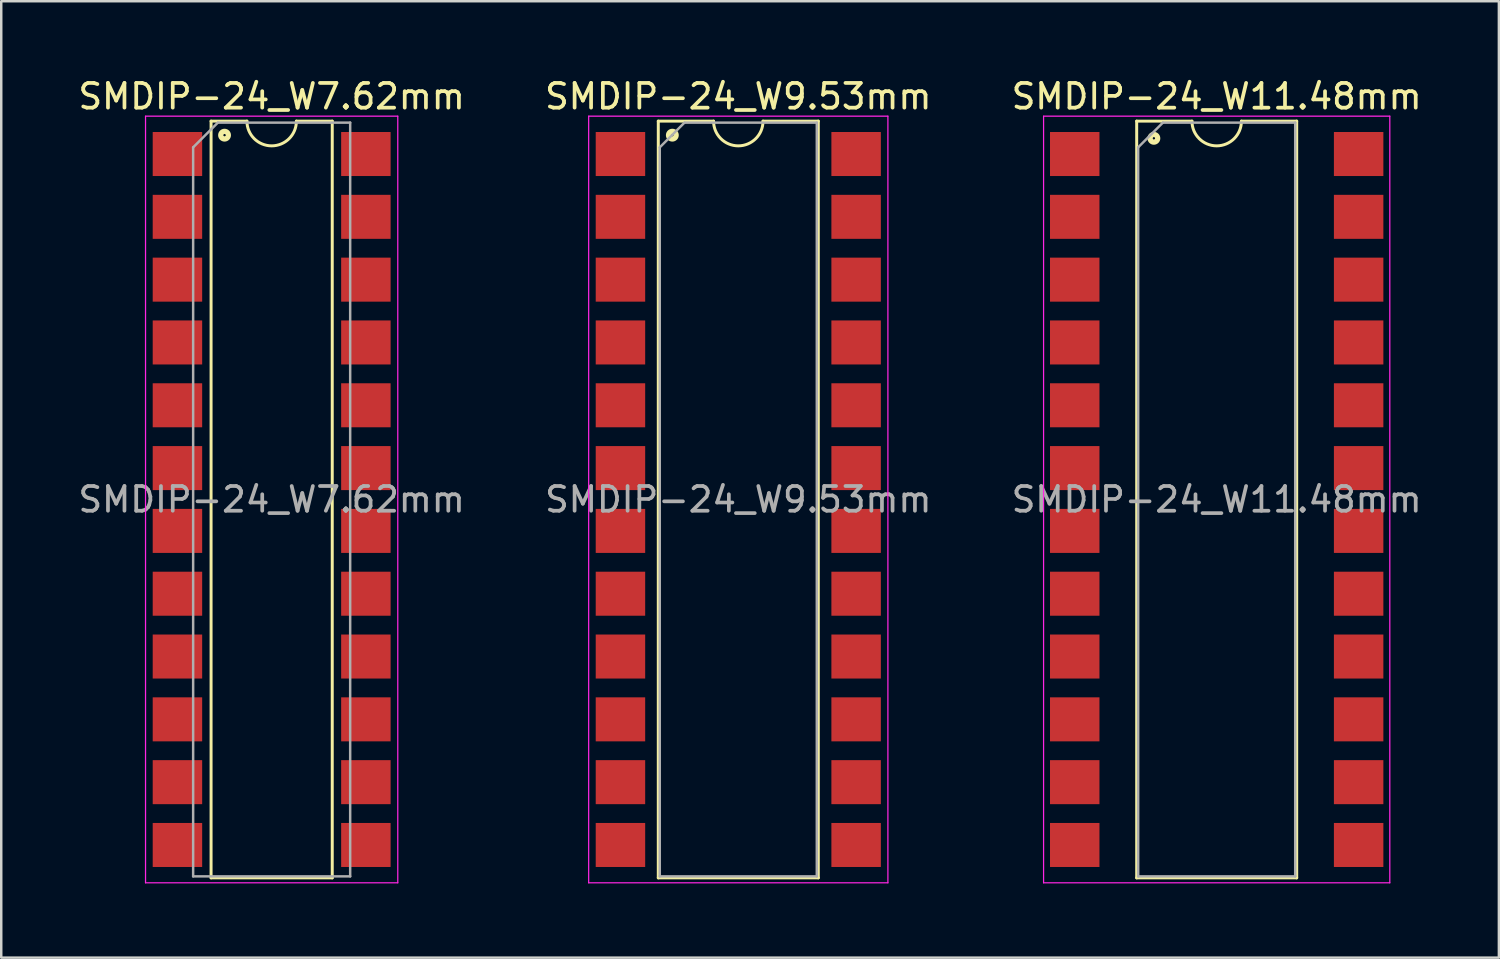
<source format=kicad_pcb>
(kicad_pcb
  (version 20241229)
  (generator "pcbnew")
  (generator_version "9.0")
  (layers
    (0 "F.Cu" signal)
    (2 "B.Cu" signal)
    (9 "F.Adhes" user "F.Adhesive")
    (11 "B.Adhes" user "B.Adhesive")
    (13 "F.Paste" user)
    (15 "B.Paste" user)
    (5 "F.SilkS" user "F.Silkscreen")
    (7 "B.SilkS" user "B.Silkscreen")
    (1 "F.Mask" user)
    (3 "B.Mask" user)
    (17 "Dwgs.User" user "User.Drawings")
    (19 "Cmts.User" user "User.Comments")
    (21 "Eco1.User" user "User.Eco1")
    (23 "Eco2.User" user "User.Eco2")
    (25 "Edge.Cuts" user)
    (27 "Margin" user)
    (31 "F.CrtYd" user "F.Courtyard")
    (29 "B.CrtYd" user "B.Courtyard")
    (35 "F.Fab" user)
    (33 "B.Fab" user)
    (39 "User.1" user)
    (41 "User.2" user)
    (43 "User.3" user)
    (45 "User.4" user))
  (footprint "SMDIP-24_W7.62mm"
    (layer "F.Cu")
    (at 7.935 17.148)
    (property "Reference" "SMDIP-24_W7.62mm" (at 0 -16.3 0) (layer "F.SilkS") (effects (font (size 1 1) (thickness 0.15))))
    (attr smd)
    (fp_line (start -2.45 -15.3) (end -2.45 15.3) (stroke (width 0.12) (type solid)) (layer "F.SilkS"))
    (fp_line (start -2.45 15.3) (end 2.45 15.3) (stroke (width 0.12) (type solid)) (layer "F.SilkS"))
    (fp_line (start -1 -15.3) (end -2.45 -15.3) (stroke (width 0.12) (type solid)) (layer "F.SilkS"))
    (fp_line (start 2.45 -15.3) (end 1 -15.3) (stroke (width 0.12) (type solid)) (layer "F.SilkS"))
    (fp_line (start 2.45 15.3) (end 2.45 -15.3) (stroke (width 0.12) (type solid)) (layer "F.SilkS"))
    (fp_arc (start 1 -15.3) (mid 0 -14.3) (end -1 -15.3) (stroke (width 0.12) (type solid)) (layer "F.SilkS"))
    (fp_circle (center -1.905 -14.732) (end -1.855 -14.732) (stroke (width 0.12) (type solid)) (fill no) (layer "F.SilkS"))
    (fp_circle (center -1.905 -14.732) (end -1.78 -14.732) (stroke (width 0.12) (type solid)) (fill no) (layer "F.SilkS"))
    (fp_circle (center -1.905 -14.732) (end -1.705 -14.732) (stroke (width 0.12) (type solid)) (fill no) (layer "F.SilkS"))
    (fp_line (start -5.1 -15.5) (end -5.1 15.5) (stroke (width 0.05) (type solid)) (layer "F.CrtYd"))
    (fp_line (start -5.1 15.5) (end 5.1 15.5) (stroke (width 0.05) (type solid)) (layer "F.CrtYd"))
    (fp_line (start 5.1 -15.5) (end -5.1 -15.5) (stroke (width 0.05) (type solid)) (layer "F.CrtYd"))
    (fp_line (start 5.1 15.5) (end 5.1 -15.5) (stroke (width 0.05) (type solid)) (layer "F.CrtYd"))
    (fp_line (start -3.175 -14.24) (end -2.175 -15.24) (stroke (width 0.1) (type solid)) (layer "F.Fab"))
    (fp_line (start -3.175 15.24) (end -3.175 -14.24) (stroke (width 0.1) (type solid)) (layer "F.Fab"))
    (fp_line (start -2.175 -15.24) (end 3.175 -15.24) (stroke (width 0.1) (type solid)) (layer "F.Fab"))
    (fp_line (start 3.175 -15.24) (end 3.175 15.24) (stroke (width 0.1) (type solid)) (layer "F.Fab"))
    (fp_line (start 3.175 15.24) (end -3.175 15.24) (stroke (width 0.1) (type solid)) (layer "F.Fab"))
    (fp_text user "${REFERENCE}" (at 0 0 0) (layer "F.Fab") (effects (font (size 1 1) (thickness 0.15))))
    (pad "1" smd rect (at -3.81 -13.97) (size 2 1.78) (layers "F.Cu" "F.Mask" "F.Paste"))
    (pad "2" smd rect (at -3.81 -11.43) (size 2 1.78) (layers "F.Cu" "F.Mask" "F.Paste"))
    (pad "3" smd rect (at -3.81 -8.89) (size 2 1.78) (layers "F.Cu" "F.Mask" "F.Paste"))
    (pad "4" smd rect (at -3.81 -6.35) (size 2 1.78) (layers "F.Cu" "F.Mask" "F.Paste"))
    (pad "5" smd rect (at -3.81 -3.81) (size 2 1.78) (layers "F.Cu" "F.Mask" "F.Paste"))
    (pad "6" smd rect (at -3.81 -1.27) (size 2 1.78) (layers "F.Cu" "F.Mask" "F.Paste"))
    (pad "7" smd rect (at -3.81 1.27) (size 2 1.78) (layers "F.Cu" "F.Mask" "F.Paste"))
    (pad "8" smd rect (at -3.81 3.81) (size 2 1.78) (layers "F.Cu" "F.Mask" "F.Paste"))
    (pad "9" smd rect (at -3.81 6.35) (size 2 1.78) (layers "F.Cu" "F.Mask" "F.Paste"))
    (pad "10" smd rect (at -3.81 8.89) (size 2 1.78) (layers "F.Cu" "F.Mask" "F.Paste"))
    (pad "11" smd rect (at -3.81 11.43) (size 2 1.78) (layers "F.Cu" "F.Mask" "F.Paste"))
    (pad "12" smd rect (at -3.81 13.97) (size 2 1.78) (layers "F.Cu" "F.Mask" "F.Paste"))
    (pad "13" smd rect (at 3.81 13.97) (size 2 1.78) (layers "F.Cu" "F.Mask" "F.Paste"))
    (pad "14" smd rect (at 3.81 11.43) (size 2 1.78) (layers "F.Cu" "F.Mask" "F.Paste"))
    (pad "15" smd rect (at 3.81 8.89) (size 2 1.78) (layers "F.Cu" "F.Mask" "F.Paste"))
    (pad "16" smd rect (at 3.81 6.35) (size 2 1.78) (layers "F.Cu" "F.Mask" "F.Paste"))
    (pad "17" smd rect (at 3.81 3.81) (size 2 1.78) (layers "F.Cu" "F.Mask" "F.Paste"))
    (pad "18" smd rect (at 3.81 1.27) (size 2 1.78) (layers "F.Cu" "F.Mask" "F.Paste"))
    (pad "19" smd rect (at 3.81 -1.27) (size 2 1.78) (layers "F.Cu" "F.Mask" "F.Paste"))
    (pad "20" smd rect (at 3.81 -3.81) (size 2 1.78) (layers "F.Cu" "F.Mask" "F.Paste"))
    (pad "21" smd rect (at 3.81 -6.35) (size 2 1.78) (layers "F.Cu" "F.Mask" "F.Paste"))
    (pad "22" smd rect (at 3.81 -8.89) (size 2 1.78) (layers "F.Cu" "F.Mask" "F.Paste"))
    (pad "23" smd rect (at 3.81 -11.43) (size 2 1.78) (layers "F.Cu" "F.Mask" "F.Paste"))
    (pad "24" smd rect (at 3.81 -13.97) (size 2 1.78) (layers "F.Cu" "F.Mask" "F.Paste")))
  (footprint "SMDIP-24_W9.53mm"
    (layer "F.Cu")
    (at 26.804 17.148)
    (property "Reference" "SMDIP-24_W9.53mm" (at 0 -16.3 0) (layer "F.SilkS") (effects (font (size 1 1) (thickness 0.15))))
    (attr smd)
    (fp_line (start -3.235 -15.3) (end -3.235 15.3) (stroke (width 0.12) (type solid)) (layer "F.SilkS"))
    (fp_line (start -3.235 15.3) (end 3.235 15.3) (stroke (width 0.12) (type solid)) (layer "F.SilkS"))
    (fp_line (start -1 -15.3) (end -3.235 -15.3) (stroke (width 0.12) (type solid)) (layer "F.SilkS"))
    (fp_line (start 3.235 -15.3) (end 1 -15.3) (stroke (width 0.12) (type solid)) (layer "F.SilkS"))
    (fp_line (start 3.235 15.3) (end 3.235 -15.3) (stroke (width 0.12) (type solid)) (layer "F.SilkS"))
    (fp_arc (start 1 -15.3) (mid 0 -14.3) (end -1 -15.3) (stroke (width 0.12) (type solid)) (layer "F.SilkS"))
    (fp_circle (center -2.667 -14.732) (end -2.617 -14.732) (stroke (width 0.12) (type solid)) (fill no) (layer "F.SilkS"))
    (fp_circle (center -2.667 -14.732) (end -2.542 -14.732) (stroke (width 0.12) (type solid)) (fill no) (layer "F.SilkS"))
    (fp_circle (center -2.667 -14.732) (end -2.467 -14.732) (stroke (width 0.12) (type solid)) (fill no) (layer "F.SilkS"))
    (fp_line (start -6.05 -15.5) (end -6.05 15.5) (stroke (width 0.05) (type solid)) (layer "F.CrtYd"))
    (fp_line (start -6.05 15.5) (end 6.05 15.5) (stroke (width 0.05) (type solid)) (layer "F.CrtYd"))
    (fp_line (start 6.05 -15.5) (end -6.05 -15.5) (stroke (width 0.05) (type solid)) (layer "F.CrtYd"))
    (fp_line (start 6.05 15.5) (end 6.05 -15.5) (stroke (width 0.05) (type solid)) (layer "F.CrtYd"))
    (fp_line (start -3.175 -14.24) (end -2.175 -15.24) (stroke (width 0.1) (type solid)) (layer "F.Fab"))
    (fp_line (start -3.175 15.24) (end -3.175 -14.24) (stroke (width 0.1) (type solid)) (layer "F.Fab"))
    (fp_line (start -2.175 -15.24) (end 3.175 -15.24) (stroke (width 0.1) (type solid)) (layer "F.Fab"))
    (fp_line (start 3.175 -15.24) (end 3.175 15.24) (stroke (width 0.1) (type solid)) (layer "F.Fab"))
    (fp_line (start 3.175 15.24) (end -3.175 15.24) (stroke (width 0.1) (type solid)) (layer "F.Fab"))
    (fp_text user "${REFERENCE}" (at 0 0 0) (layer "F.Fab") (effects (font (size 1 1) (thickness 0.15))))
    (pad "1" smd rect (at -4.765 -13.97) (size 2 1.78) (layers "F.Cu" "F.Mask" "F.Paste"))
    (pad "2" smd rect (at -4.765 -11.43) (size 2 1.78) (layers "F.Cu" "F.Mask" "F.Paste"))
    (pad "3" smd rect (at -4.765 -8.89) (size 2 1.78) (layers "F.Cu" "F.Mask" "F.Paste"))
    (pad "4" smd rect (at -4.765 -6.35) (size 2 1.78) (layers "F.Cu" "F.Mask" "F.Paste"))
    (pad "5" smd rect (at -4.765 -3.81) (size 2 1.78) (layers "F.Cu" "F.Mask" "F.Paste"))
    (pad "6" smd rect (at -4.765 -1.27) (size 2 1.78) (layers "F.Cu" "F.Mask" "F.Paste"))
    (pad "7" smd rect (at -4.765 1.27) (size 2 1.78) (layers "F.Cu" "F.Mask" "F.Paste"))
    (pad "8" smd rect (at -4.765 3.81) (size 2 1.78) (layers "F.Cu" "F.Mask" "F.Paste"))
    (pad "9" smd rect (at -4.765 6.35) (size 2 1.78) (layers "F.Cu" "F.Mask" "F.Paste"))
    (pad "10" smd rect (at -4.765 8.89) (size 2 1.78) (layers "F.Cu" "F.Mask" "F.Paste"))
    (pad "11" smd rect (at -4.765 11.43) (size 2 1.78) (layers "F.Cu" "F.Mask" "F.Paste"))
    (pad "12" smd rect (at -4.765 13.97) (size 2 1.78) (layers "F.Cu" "F.Mask" "F.Paste"))
    (pad "13" smd rect (at 4.765 13.97) (size 2 1.78) (layers "F.Cu" "F.Mask" "F.Paste"))
    (pad "14" smd rect (at 4.765 11.43) (size 2 1.78) (layers "F.Cu" "F.Mask" "F.Paste"))
    (pad "15" smd rect (at 4.765 8.89) (size 2 1.78) (layers "F.Cu" "F.Mask" "F.Paste"))
    (pad "16" smd rect (at 4.765 6.35) (size 2 1.78) (layers "F.Cu" "F.Mask" "F.Paste"))
    (pad "17" smd rect (at 4.765 3.81) (size 2 1.78) (layers "F.Cu" "F.Mask" "F.Paste"))
    (pad "18" smd rect (at 4.765 1.27) (size 2 1.78) (layers "F.Cu" "F.Mask" "F.Paste"))
    (pad "19" smd rect (at 4.765 -1.27) (size 2 1.78) (layers "F.Cu" "F.Mask" "F.Paste"))
    (pad "20" smd rect (at 4.765 -3.81) (size 2 1.78) (layers "F.Cu" "F.Mask" "F.Paste"))
    (pad "21" smd rect (at 4.765 -6.35) (size 2 1.78) (layers "F.Cu" "F.Mask" "F.Paste"))
    (pad "22" smd rect (at 4.765 -8.89) (size 2 1.78) (layers "F.Cu" "F.Mask" "F.Paste"))
    (pad "23" smd rect (at 4.765 -11.43) (size 2 1.78) (layers "F.Cu" "F.Mask" "F.Paste"))
    (pad "24" smd rect (at 4.765 -13.97) (size 2 1.78) (layers "F.Cu" "F.Mask" "F.Paste")))
  (footprint "SMDIP-24_W11.48mm"
    (layer "F.Cu")
    (at 46.149 17.148)
    (property "Reference" "SMDIP-24_W11.48mm" (at 0 -16.3 0) (layer "F.SilkS") (effects (font (size 1 1) (thickness 0.15))))
    (attr smd)
    (fp_line (start -3.235 -15.3) (end -3.235 15.3) (stroke (width 0.12) (type solid)) (layer "F.SilkS"))
    (fp_line (start -3.235 15.3) (end 3.235 15.3) (stroke (width 0.12) (type solid)) (layer "F.SilkS"))
    (fp_line (start -1 -15.3) (end -3.235 -15.3) (stroke (width 0.12) (type solid)) (layer "F.SilkS"))
    (fp_line (start 3.235 -15.3) (end 1 -15.3) (stroke (width 0.12) (type solid)) (layer "F.SilkS"))
    (fp_line (start 3.235 15.3) (end 3.235 -15.3) (stroke (width 0.12) (type solid)) (layer "F.SilkS"))
    (fp_arc (start 1 -15.3) (mid 0 -14.3) (end -1 -15.3) (stroke (width 0.12) (type solid)) (layer "F.SilkS"))
    (fp_circle (center -2.54 -14.605) (end -2.49 -14.605) (stroke (width 0.12) (type solid)) (fill no) (layer "F.SilkS"))
    (fp_circle (center -2.54 -14.605) (end -2.415 -14.605) (stroke (width 0.12) (type solid)) (fill no) (layer "F.SilkS"))
    (fp_circle (center -2.54 -14.605) (end -2.34 -14.605) (stroke (width 0.12) (type solid)) (fill no) (layer "F.SilkS"))
    (fp_line (start -7 -15.5) (end -7 15.5) (stroke (width 0.05) (type solid)) (layer "F.CrtYd"))
    (fp_line (start -7 15.5) (end 7 15.5) (stroke (width 0.05) (type solid)) (layer "F.CrtYd"))
    (fp_line (start 7 -15.5) (end -7 -15.5) (stroke (width 0.05) (type solid)) (layer "F.CrtYd"))
    (fp_line (start 7 15.5) (end 7 -15.5) (stroke (width 0.05) (type solid)) (layer "F.CrtYd"))
    (fp_line (start -3.175 -14.24) (end -2.175 -15.24) (stroke (width 0.1) (type solid)) (layer "F.Fab"))
    (fp_line (start -3.175 15.24) (end -3.175 -14.24) (stroke (width 0.1) (type solid)) (layer "F.Fab"))
    (fp_line (start -2.175 -15.24) (end 3.175 -15.24) (stroke (width 0.1) (type solid)) (layer "F.Fab"))
    (fp_line (start 3.175 -15.24) (end 3.175 15.24) (stroke (width 0.1) (type solid)) (layer "F.Fab"))
    (fp_line (start 3.175 15.24) (end -3.175 15.24) (stroke (width 0.1) (type solid)) (layer "F.Fab"))
    (fp_text user "${REFERENCE}" (at 0 0 0) (layer "F.Fab") (effects (font (size 1 1) (thickness 0.15))))
    (pad "1" smd rect (at -5.74 -13.97) (size 2 1.78) (layers "F.Cu" "F.Mask" "F.Paste"))
    (pad "2" smd rect (at -5.74 -11.43) (size 2 1.78) (layers "F.Cu" "F.Mask" "F.Paste"))
    (pad "3" smd rect (at -5.74 -8.89) (size 2 1.78) (layers "F.Cu" "F.Mask" "F.Paste"))
    (pad "4" smd rect (at -5.74 -6.35) (size 2 1.78) (layers "F.Cu" "F.Mask" "F.Paste"))
    (pad "5" smd rect (at -5.74 -3.81) (size 2 1.78) (layers "F.Cu" "F.Mask" "F.Paste"))
    (pad "6" smd rect (at -5.74 -1.27) (size 2 1.78) (layers "F.Cu" "F.Mask" "F.Paste"))
    (pad "7" smd rect (at -5.74 1.27) (size 2 1.78) (layers "F.Cu" "F.Mask" "F.Paste"))
    (pad "8" smd rect (at -5.74 3.81) (size 2 1.78) (layers "F.Cu" "F.Mask" "F.Paste"))
    (pad "9" smd rect (at -5.74 6.35) (size 2 1.78) (layers "F.Cu" "F.Mask" "F.Paste"))
    (pad "10" smd rect (at -5.74 8.89) (size 2 1.78) (layers "F.Cu" "F.Mask" "F.Paste"))
    (pad "11" smd rect (at -5.74 11.43) (size 2 1.78) (layers "F.Cu" "F.Mask" "F.Paste"))
    (pad "12" smd rect (at -5.74 13.97) (size 2 1.78) (layers "F.Cu" "F.Mask" "F.Paste"))
    (pad "13" smd rect (at 5.74 13.97) (size 2 1.78) (layers "F.Cu" "F.Mask" "F.Paste"))
    (pad "14" smd rect (at 5.74 11.43) (size 2 1.78) (layers "F.Cu" "F.Mask" "F.Paste"))
    (pad "15" smd rect (at 5.74 8.89) (size 2 1.78) (layers "F.Cu" "F.Mask" "F.Paste"))
    (pad "16" smd rect (at 5.74 6.35) (size 2 1.78) (layers "F.Cu" "F.Mask" "F.Paste"))
    (pad "17" smd rect (at 5.74 3.81) (size 2 1.78) (layers "F.Cu" "F.Mask" "F.Paste"))
    (pad "18" smd rect (at 5.74 1.27) (size 2 1.78) (layers "F.Cu" "F.Mask" "F.Paste"))
    (pad "19" smd rect (at 5.74 -1.27) (size 2 1.78) (layers "F.Cu" "F.Mask" "F.Paste"))
    (pad "20" smd rect (at 5.74 -3.81) (size 2 1.78) (layers "F.Cu" "F.Mask" "F.Paste"))
    (pad "21" smd rect (at 5.74 -6.35) (size 2 1.78) (layers "F.Cu" "F.Mask" "F.Paste"))
    (pad "22" smd rect (at 5.74 -8.89) (size 2 1.78) (layers "F.Cu" "F.Mask" "F.Paste"))
    (pad "23" smd rect (at 5.74 -11.43) (size 2 1.78) (layers "F.Cu" "F.Mask" "F.Paste"))
    (pad "24" smd rect (at 5.74 -13.97) (size 2 1.78) (layers "F.Cu" "F.Mask" "F.Paste")))
  (gr_rect
    (start -3 -3)
    (end 57.56 35.673)
    (stroke (width 0.1) (type default))
    (fill no)
    (layer "Edge.Cuts")))
</source>
